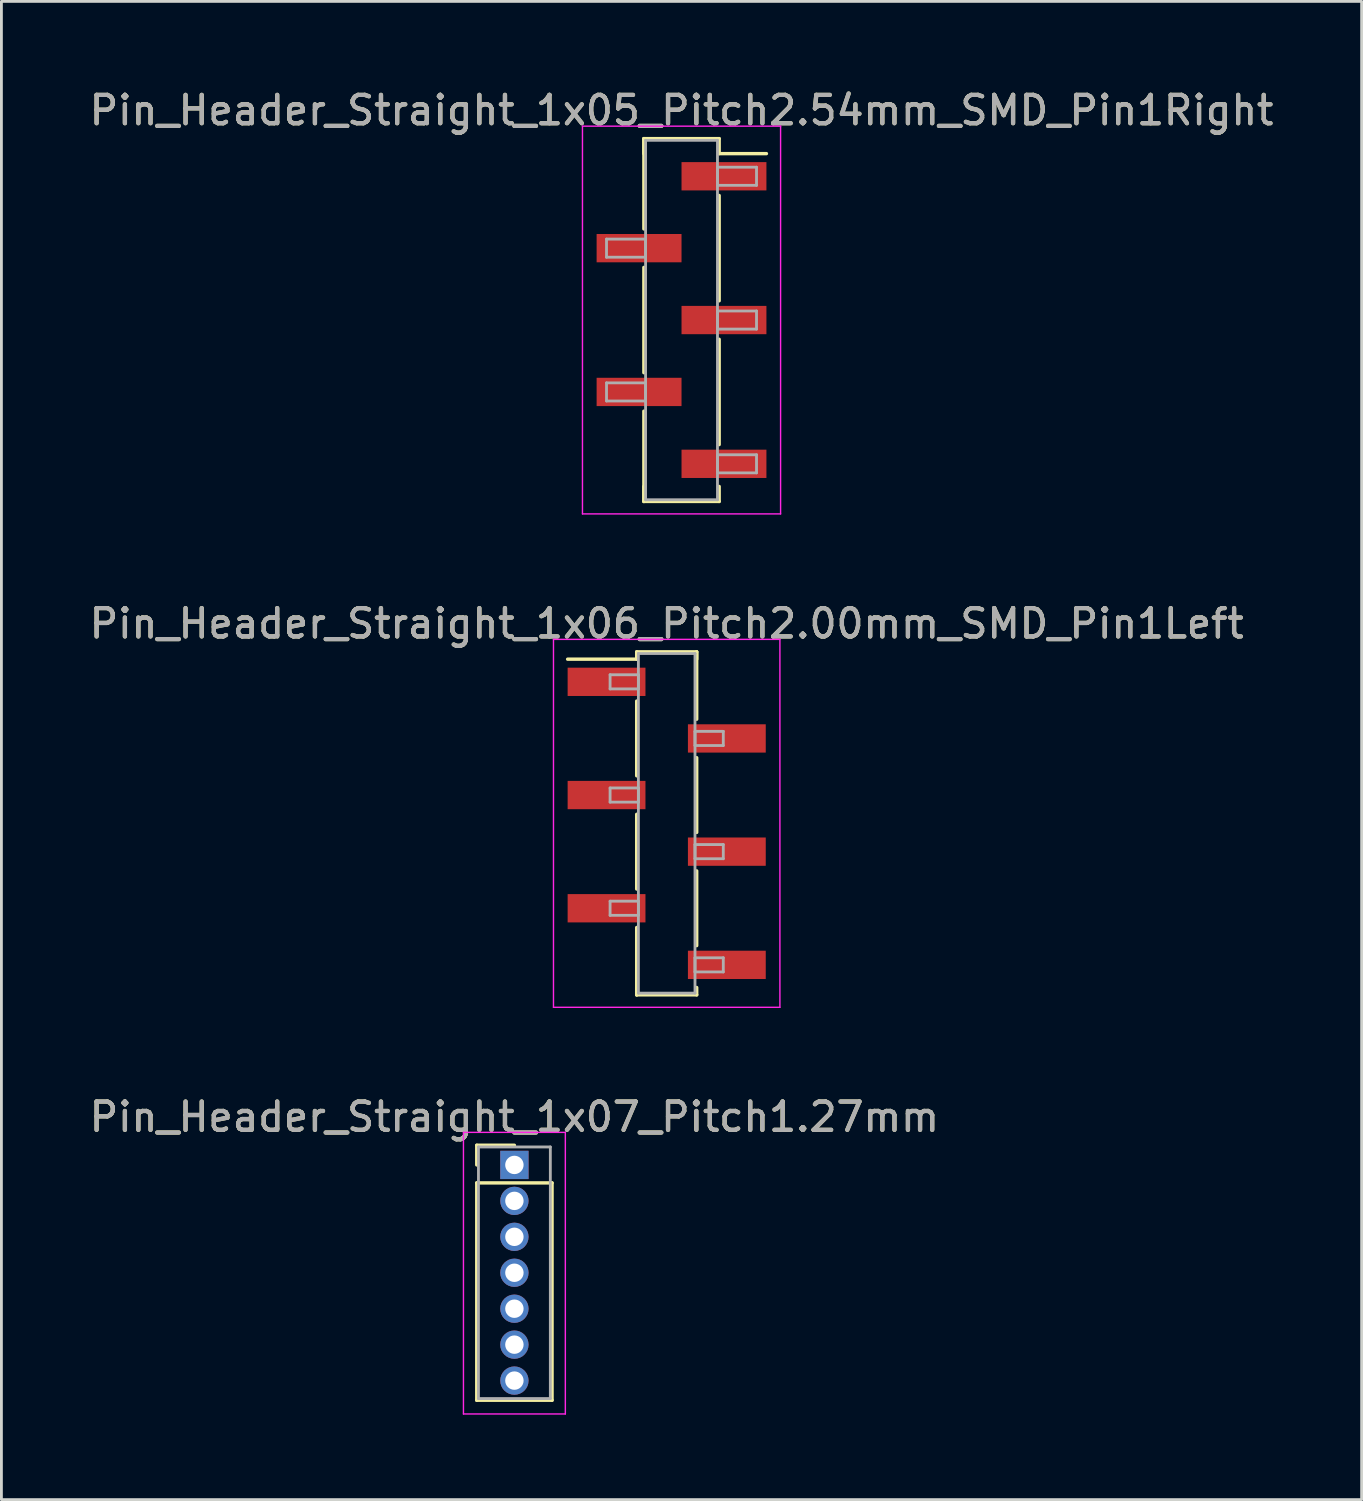
<source format=kicad_pcb>
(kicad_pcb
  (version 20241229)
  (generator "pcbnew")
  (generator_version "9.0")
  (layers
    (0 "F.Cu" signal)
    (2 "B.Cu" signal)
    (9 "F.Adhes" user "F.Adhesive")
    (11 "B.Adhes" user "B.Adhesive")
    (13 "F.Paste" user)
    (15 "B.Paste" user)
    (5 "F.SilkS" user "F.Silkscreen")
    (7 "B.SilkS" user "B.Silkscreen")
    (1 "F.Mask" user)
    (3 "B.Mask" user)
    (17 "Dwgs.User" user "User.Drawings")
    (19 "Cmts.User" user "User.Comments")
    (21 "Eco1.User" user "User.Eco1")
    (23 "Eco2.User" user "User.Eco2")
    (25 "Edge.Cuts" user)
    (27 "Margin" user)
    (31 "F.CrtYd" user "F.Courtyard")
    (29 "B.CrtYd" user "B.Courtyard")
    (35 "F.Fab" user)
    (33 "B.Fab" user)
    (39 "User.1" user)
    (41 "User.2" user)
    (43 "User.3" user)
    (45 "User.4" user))
  (footprint "Pin_Header_Straight_1x06_Pitch2.00mm_SMD_Pin1Left"
    (layer "F.Cu")
    (at 20.506 26.041)
    (property "Reference" "Pin_Header_Straight_1x06_Pitch2.00mm_SMD_Pin1Left" (at 0 -7.06 0) (layer "F.SilkS") (effects (font (size 1 1) (thickness 0.15))))
    (attr smd)
    (fp_line (start -1.06 -6.06) (end 1.06 -6.06) (stroke (width 0.12) (type solid)) (layer "F.SilkS"))
    (fp_line (start -1.06 -5.8) (end -3.5 -5.8) (stroke (width 0.12) (type solid)) (layer "F.SilkS"))
    (fp_line (start -1.06 -5.8) (end -1.06 -6.06) (stroke (width 0.12) (type solid)) (layer "F.SilkS"))
    (fp_line (start -1.06 -4.32) (end -1.06 -1.68) (stroke (width 0.12) (type solid)) (layer "F.SilkS"))
    (fp_line (start -1.06 -0.32) (end -1.06 2.32) (stroke (width 0.12) (type solid)) (layer "F.SilkS"))
    (fp_line (start -1.06 3.68) (end -1.06 6.06) (stroke (width 0.12) (type solid)) (layer "F.SilkS"))
    (fp_line (start -1.06 5.8) (end -1.06 6.06) (stroke (width 0.12) (type solid)) (layer "F.SilkS"))
    (fp_line (start -1.06 6.06) (end 1.06 6.06) (stroke (width 0.12) (type solid)) (layer "F.SilkS"))
    (fp_line (start 1.06 -6.06) (end 1.06 -5.8) (stroke (width 0.12) (type solid)) (layer "F.SilkS"))
    (fp_line (start 1.06 -6.06) (end 1.06 -3.68) (stroke (width 0.12) (type solid)) (layer "F.SilkS"))
    (fp_line (start 1.06 -2.32) (end 1.06 0.32) (stroke (width 0.12) (type solid)) (layer "F.SilkS"))
    (fp_line (start 1.06 1.68) (end 1.06 4.32) (stroke (width 0.12) (type solid)) (layer "F.SilkS"))
    (fp_line (start 1.06 6.06) (end 1.06 5.8) (stroke (width 0.12) (type solid)) (layer "F.SilkS"))
    (fp_line (start -4 -6.5) (end -4 6.5) (stroke (width 0.05) (type solid)) (layer "F.CrtYd"))
    (fp_line (start -4 6.5) (end 4 6.5) (stroke (width 0.05) (type solid)) (layer "F.CrtYd"))
    (fp_line (start 4 -6.5) (end -4 -6.5) (stroke (width 0.05) (type solid)) (layer "F.CrtYd"))
    (fp_line (start 4 6.5) (end 4 -6.5) (stroke (width 0.05) (type solid)) (layer "F.CrtYd"))
    (fp_line (start -2 -5.25) (end -1 -5.25) (stroke (width 0.1) (type solid)) (layer "F.Fab"))
    (fp_line (start -2 -4.75) (end -2 -5.25) (stroke (width 0.1) (type solid)) (layer "F.Fab"))
    (fp_line (start -2 -1.25) (end -1 -1.25) (stroke (width 0.1) (type solid)) (layer "F.Fab"))
    (fp_line (start -2 -0.75) (end -2 -1.25) (stroke (width 0.1) (type solid)) (layer "F.Fab"))
    (fp_line (start -2 2.75) (end -1 2.75) (stroke (width 0.1) (type solid)) (layer "F.Fab"))
    (fp_line (start -2 3.25) (end -2 2.75) (stroke (width 0.1) (type solid)) (layer "F.Fab"))
    (fp_line (start -1 -6) (end -1 6) (stroke (width 0.1) (type solid)) (layer "F.Fab"))
    (fp_line (start -1 -5.25) (end -1 -4.75) (stroke (width 0.1) (type solid)) (layer "F.Fab"))
    (fp_line (start -1 -4.75) (end -2 -4.75) (stroke (width 0.1) (type solid)) (layer "F.Fab"))
    (fp_line (start -1 -1.25) (end -1 -0.75) (stroke (width 0.1) (type solid)) (layer "F.Fab"))
    (fp_line (start -1 -0.75) (end -2 -0.75) (stroke (width 0.1) (type solid)) (layer "F.Fab"))
    (fp_line (start -1 2.75) (end -1 3.25) (stroke (width 0.1) (type solid)) (layer "F.Fab"))
    (fp_line (start -1 3.25) (end -2 3.25) (stroke (width 0.1) (type solid)) (layer "F.Fab"))
    (fp_line (start -1 6) (end 1 6) (stroke (width 0.1) (type solid)) (layer "F.Fab"))
    (fp_line (start 1 -6) (end -1 -6) (stroke (width 0.1) (type solid)) (layer "F.Fab"))
    (fp_line (start 1 -3.25) (end 1 -2.75) (stroke (width 0.1) (type solid)) (layer "F.Fab"))
    (fp_line (start 1 -2.75) (end 2 -2.75) (stroke (width 0.1) (type solid)) (layer "F.Fab"))
    (fp_line (start 1 0.75) (end 1 1.25) (stroke (width 0.1) (type solid)) (layer "F.Fab"))
    (fp_line (start 1 1.25) (end 2 1.25) (stroke (width 0.1) (type solid)) (layer "F.Fab"))
    (fp_line (start 1 4.75) (end 1 5.25) (stroke (width 0.1) (type solid)) (layer "F.Fab"))
    (fp_line (start 1 5.25) (end 2 5.25) (stroke (width 0.1) (type solid)) (layer "F.Fab"))
    (fp_line (start 1 6) (end 1 -6) (stroke (width 0.1) (type solid)) (layer "F.Fab"))
    (fp_line (start 2 -3.25) (end 1 -3.25) (stroke (width 0.1) (type solid)) (layer "F.Fab"))
    (fp_line (start 2 -2.75) (end 2 -3.25) (stroke (width 0.1) (type solid)) (layer "F.Fab"))
    (fp_line (start 2 0.75) (end 1 0.75) (stroke (width 0.1) (type solid)) (layer "F.Fab"))
    (fp_line (start 2 1.25) (end 2 0.75) (stroke (width 0.1) (type solid)) (layer "F.Fab"))
    (fp_line (start 2 4.75) (end 1 4.75) (stroke (width 0.1) (type solid)) (layer "F.Fab"))
    (fp_line (start 2 5.25) (end 2 4.75) (stroke (width 0.1) (type solid)) (layer "F.Fab"))
    (fp_text user "${REFERENCE}" (at 0 -7.06 0) (layer "F.Fab") (effects (font (size 1 1) (thickness 0.15))))
    (pad "1" smd rect (at -2.125 -5) (size 2.75 1) (layers "F.Cu" "F.Mask" "F.Paste"))
    (pad "2" smd rect (at 2.125 -3) (size 2.75 1) (layers "F.Cu" "F.Mask" "F.Paste"))
    (pad "3" smd rect (at -2.125 -1) (size 2.75 1) (layers "F.Cu" "F.Mask" "F.Paste"))
    (pad "4" smd rect (at 2.125 1) (size 2.75 1) (layers "F.Cu" "F.Mask" "F.Paste"))
    (pad "5" smd rect (at -2.125 3) (size 2.75 1) (layers "F.Cu" "F.Mask" "F.Paste"))
    (pad "6" smd rect (at 2.125 5) (size 2.75 1) (layers "F.Cu" "F.Mask" "F.Paste")))
  (footprint "Pin_Header_Straight_1x07_Pitch1.27mm"
    (layer "F.Cu")
    (at 15.125 38.11)
    (property "Reference" "Pin_Header_Straight_1x07_Pitch1.27mm" (at 0 -1.695 0) (layer "F.SilkS") (effects (font (size 1 1) (thickness 0.15))))
    (attr through_hole)
    (fp_line (start -1.33 -0.695) (end 0 -0.695) (stroke (width 0.12) (type solid)) (layer "F.SilkS"))
    (fp_line (start -1.33 0) (end -1.33 -0.695) (stroke (width 0.12) (type solid)) (layer "F.SilkS"))
    (fp_line (start -1.33 0.635) (end -1.33 8.315) (stroke (width 0.12) (type solid)) (layer "F.SilkS"))
    (fp_line (start -1.33 8.315) (end 1.33 8.315) (stroke (width 0.12) (type solid)) (layer "F.SilkS"))
    (fp_line (start 1.33 0.635) (end -1.33 0.635) (stroke (width 0.12) (type solid)) (layer "F.SilkS"))
    (fp_line (start 1.33 8.315) (end 1.33 0.635) (stroke (width 0.12) (type solid)) (layer "F.SilkS"))
    (fp_line (start -1.8 -1.15) (end -1.8 8.8) (stroke (width 0.05) (type solid)) (layer "F.CrtYd"))
    (fp_line (start -1.8 8.8) (end 1.8 8.8) (stroke (width 0.05) (type solid)) (layer "F.CrtYd"))
    (fp_line (start 1.8 -1.15) (end -1.8 -1.15) (stroke (width 0.05) (type solid)) (layer "F.CrtYd"))
    (fp_line (start 1.8 8.8) (end 1.8 -1.15) (stroke (width 0.05) (type solid)) (layer "F.CrtYd"))
    (fp_line (start -1.27 -0.635) (end -1.27 8.255) (stroke (width 0.1) (type solid)) (layer "F.Fab"))
    (fp_line (start -1.27 8.255) (end 1.27 8.255) (stroke (width 0.1) (type solid)) (layer "F.Fab"))
    (fp_line (start 1.27 -0.635) (end -1.27 -0.635) (stroke (width 0.1) (type solid)) (layer "F.Fab"))
    (fp_line (start 1.27 8.255) (end 1.27 -0.635) (stroke (width 0.1) (type solid)) (layer "F.Fab"))
    (fp_text user "${REFERENCE}" (at 0 -1.695 0) (layer "F.Fab") (effects (font (size 1 1) (thickness 0.15))))
    (pad "1" thru_hole rect (at 0 0) (size 1 1) (drill 0.65) (layers "*.Cu" "*.Mask"))
    (pad "2" thru_hole oval (at 0 1.27) (size 1 1) (drill 0.65) (layers "*.Cu" "*.Mask"))
    (pad "3" thru_hole oval (at 0 2.54) (size 1 1) (drill 0.65) (layers "*.Cu" "*.Mask"))
    (pad "4" thru_hole oval (at 0 3.81) (size 1 1) (drill 0.65) (layers "*.Cu" "*.Mask"))
    (pad "5" thru_hole oval (at 0 5.08) (size 1 1) (drill 0.65) (layers "*.Cu" "*.Mask"))
    (pad "6" thru_hole oval (at 0 6.35) (size 1 1) (drill 0.65) (layers "*.Cu" "*.Mask"))
    (pad "7" thru_hole oval (at 0 7.62) (size 1 1) (drill 0.65) (layers "*.Cu" "*.Mask")))
  (footprint "Pin_Header_Straight_1x05_Pitch2.54mm_SMD_Pin1Right"
    (layer "F.Cu")
    (at 21.03 8.258)
    (property "Reference" "Pin_Header_Straight_1x05_Pitch2.54mm_SMD_Pin1Right" (at 0 -7.41 0) (layer "F.SilkS") (effects (font (size 1 1) (thickness 0.15))))
    (attr smd)
    (fp_line (start -1.33 -6.41) (end -1.33 -3.22) (stroke (width 0.12) (type solid)) (layer "F.SilkS"))
    (fp_line (start -1.33 -6.41) (end 1.33 -6.41) (stroke (width 0.12) (type solid)) (layer "F.SilkS"))
    (fp_line (start -1.33 -5.88) (end -1.33 -6.41) (stroke (width 0.12) (type solid)) (layer "F.SilkS"))
    (fp_line (start -1.33 -1.86) (end -1.33 1.86) (stroke (width 0.12) (type solid)) (layer "F.SilkS"))
    (fp_line (start -1.33 3.22) (end -1.33 6.41) (stroke (width 0.12) (type solid)) (layer "F.SilkS"))
    (fp_line (start -1.33 5.88) (end -1.33 6.41) (stroke (width 0.12) (type solid)) (layer "F.SilkS"))
    (fp_line (start -1.33 6.41) (end 1.33 6.41) (stroke (width 0.12) (type solid)) (layer "F.SilkS"))
    (fp_line (start 1.33 -6.41) (end 1.33 -5.88) (stroke (width 0.12) (type solid)) (layer "F.SilkS"))
    (fp_line (start 1.33 -5.88) (end 3 -5.88) (stroke (width 0.12) (type solid)) (layer "F.SilkS"))
    (fp_line (start 1.33 -4.4) (end 1.33 -0.68) (stroke (width 0.12) (type solid)) (layer "F.SilkS"))
    (fp_line (start 1.33 0.68) (end 1.33 4.4) (stroke (width 0.12) (type solid)) (layer "F.SilkS"))
    (fp_line (start 1.33 6.41) (end 1.33 5.88) (stroke (width 0.12) (type solid)) (layer "F.SilkS"))
    (fp_line (start -3.5 -6.85) (end -3.5 6.85) (stroke (width 0.05) (type solid)) (layer "F.CrtYd"))
    (fp_line (start -3.5 6.85) (end 3.5 6.85) (stroke (width 0.05) (type solid)) (layer "F.CrtYd"))
    (fp_line (start 3.5 -6.85) (end -3.5 -6.85) (stroke (width 0.05) (type solid)) (layer "F.CrtYd"))
    (fp_line (start 3.5 6.85) (end 3.5 -6.85) (stroke (width 0.05) (type solid)) (layer "F.CrtYd"))
    (fp_line (start -2.65 -2.86) (end -1.27 -2.86) (stroke (width 0.1) (type solid)) (layer "F.Fab"))
    (fp_line (start -2.65 -2.22) (end -2.65 -2.86) (stroke (width 0.1) (type solid)) (layer "F.Fab"))
    (fp_line (start -2.65 2.22) (end -1.27 2.22) (stroke (width 0.1) (type solid)) (layer "F.Fab"))
    (fp_line (start -2.65 2.86) (end -2.65 2.22) (stroke (width 0.1) (type solid)) (layer "F.Fab"))
    (fp_line (start -1.27 -6.35) (end -1.27 6.35) (stroke (width 0.1) (type solid)) (layer "F.Fab"))
    (fp_line (start -1.27 -2.86) (end -1.27 -2.22) (stroke (width 0.1) (type solid)) (layer "F.Fab"))
    (fp_line (start -1.27 -2.22) (end -2.65 -2.22) (stroke (width 0.1) (type solid)) (layer "F.Fab"))
    (fp_line (start -1.27 2.22) (end -1.27 2.86) (stroke (width 0.1) (type solid)) (layer "F.Fab"))
    (fp_line (start -1.27 2.86) (end -2.65 2.86) (stroke (width 0.1) (type solid)) (layer "F.Fab"))
    (fp_line (start -1.27 6.35) (end 1.27 6.35) (stroke (width 0.1) (type solid)) (layer "F.Fab"))
    (fp_line (start 1.27 -6.35) (end -1.27 -6.35) (stroke (width 0.1) (type solid)) (layer "F.Fab"))
    (fp_line (start 1.27 -5.4) (end 1.27 -4.76) (stroke (width 0.1) (type solid)) (layer "F.Fab"))
    (fp_line (start 1.27 -4.76) (end 2.65 -4.76) (stroke (width 0.1) (type solid)) (layer "F.Fab"))
    (fp_line (start 1.27 -0.32) (end 1.27 0.32) (stroke (width 0.1) (type solid)) (layer "F.Fab"))
    (fp_line (start 1.27 0.32) (end 2.65 0.32) (stroke (width 0.1) (type solid)) (layer "F.Fab"))
    (fp_line (start 1.27 4.76) (end 1.27 5.4) (stroke (width 0.1) (type solid)) (layer "F.Fab"))
    (fp_line (start 1.27 5.4) (end 2.65 5.4) (stroke (width 0.1) (type solid)) (layer "F.Fab"))
    (fp_line (start 1.27 6.35) (end 1.27 -6.35) (stroke (width 0.1) (type solid)) (layer "F.Fab"))
    (fp_line (start 2.65 -5.4) (end 1.27 -5.4) (stroke (width 0.1) (type solid)) (layer "F.Fab"))
    (fp_line (start 2.65 -4.76) (end 2.65 -5.4) (stroke (width 0.1) (type solid)) (layer "F.Fab"))
    (fp_line (start 2.65 -0.32) (end 1.27 -0.32) (stroke (width 0.1) (type solid)) (layer "F.Fab"))
    (fp_line (start 2.65 0.32) (end 2.65 -0.32) (stroke (width 0.1) (type solid)) (layer "F.Fab"))
    (fp_line (start 2.65 4.76) (end 1.27 4.76) (stroke (width 0.1) (type solid)) (layer "F.Fab"))
    (fp_line (start 2.65 5.4) (end 2.65 4.76) (stroke (width 0.1) (type solid)) (layer "F.Fab"))
    (fp_text user "${REFERENCE}" (at 0 -7.41 0) (layer "F.Fab") (effects (font (size 1 1) (thickness 0.15))))
    (pad "1" smd rect (at 1.5 -5.08) (size 3 1) (layers "F.Cu" "F.Mask" "F.Paste"))
    (pad "2" smd rect (at -1.5 -2.54) (size 3 1) (layers "F.Cu" "F.Mask" "F.Paste"))
    (pad "3" smd rect (at 1.5 0) (size 3 1) (layers "F.Cu" "F.Mask" "F.Paste"))
    (pad "4" smd rect (at -1.5 2.54) (size 3 1) (layers "F.Cu" "F.Mask" "F.Paste"))
    (pad "5" smd rect (at 1.5 5.08) (size 3 1) (layers "F.Cu" "F.Mask" "F.Paste")))
  (gr_rect
    (start -3 -3)
    (end 45.06 49.935)
    (stroke (width 0.1) (type default))
    (fill no)
    (layer "Edge.Cuts")))
</source>
